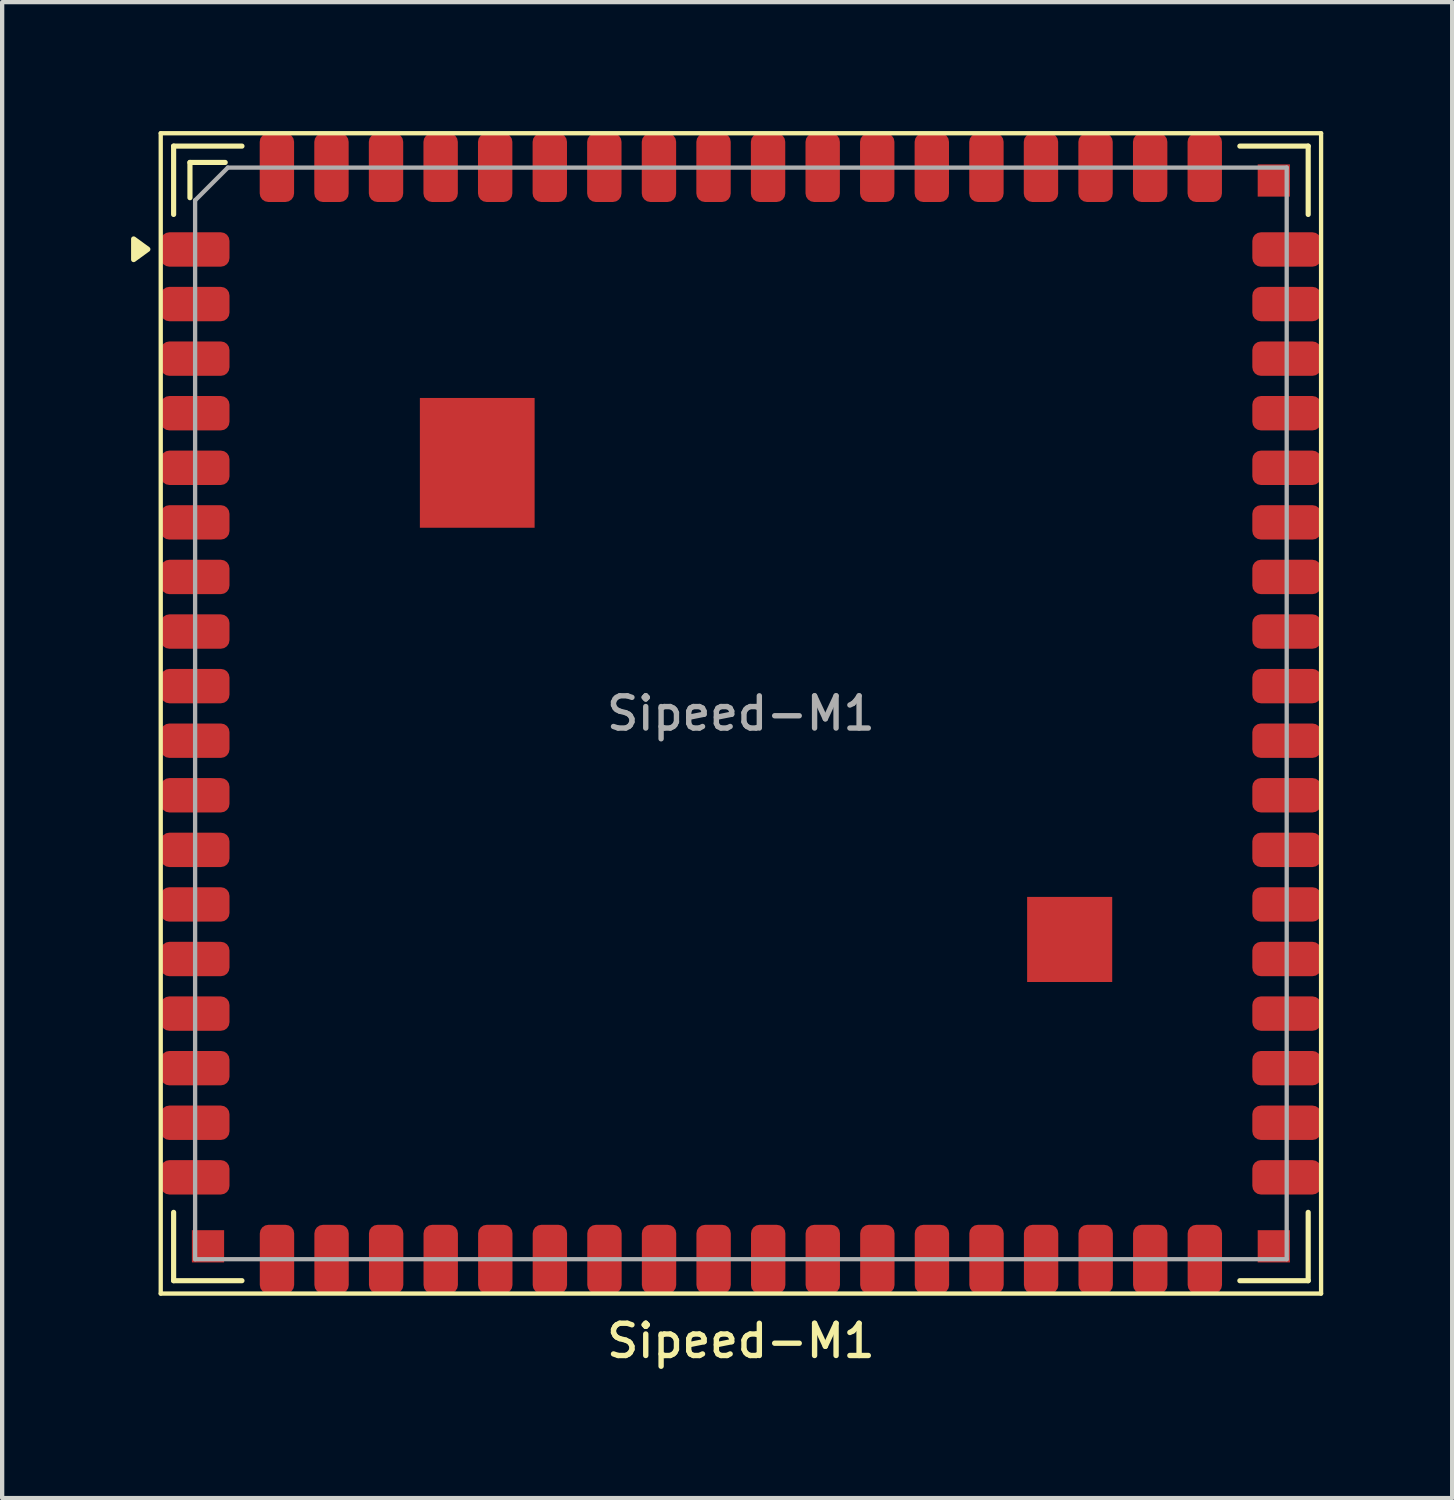
<source format=kicad_pcb>
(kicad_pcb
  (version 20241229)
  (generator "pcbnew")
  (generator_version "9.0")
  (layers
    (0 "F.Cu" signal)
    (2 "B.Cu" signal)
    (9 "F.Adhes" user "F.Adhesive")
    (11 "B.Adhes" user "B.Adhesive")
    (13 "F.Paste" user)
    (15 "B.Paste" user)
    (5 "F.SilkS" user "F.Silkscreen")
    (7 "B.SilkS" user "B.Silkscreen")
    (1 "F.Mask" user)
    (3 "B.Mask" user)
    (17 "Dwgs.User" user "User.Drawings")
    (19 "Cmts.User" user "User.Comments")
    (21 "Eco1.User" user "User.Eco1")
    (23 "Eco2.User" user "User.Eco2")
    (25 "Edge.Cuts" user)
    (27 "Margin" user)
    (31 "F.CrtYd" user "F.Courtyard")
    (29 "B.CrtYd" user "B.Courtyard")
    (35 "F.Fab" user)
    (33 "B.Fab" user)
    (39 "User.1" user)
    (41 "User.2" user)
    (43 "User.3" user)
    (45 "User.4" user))
  (footprint "Sipeed-M1"
    (layer "F.Cu")
    (at 14.19 13.55)
    (property "Reference" "Sipeed-M1" (at 0 14.6 0) (layer "F.SilkS") (effects (font (size 0.75 0.75) (thickness 0.125))))
    (attr smd)
    (fp_line (start -13.5 -13.5) (end 13.5 -13.5) (stroke (width 0.1) (type solid)) (layer "F.SilkS"))
    (fp_line (start -13.5 13.5) (end -13.5 -13.5) (stroke (width 0.1) (type solid)) (layer "F.SilkS"))
    (fp_line (start -13.2 -13.2) (end -13.2 -11.61) (stroke (width 0.12) (type solid)) (layer "F.SilkS"))
    (fp_line (start -13.2 13.2) (end -13.2 11.61) (stroke (width 0.12) (type solid)) (layer "F.SilkS"))
    (fp_line (start -12.82 -12.82) (end -12.82 -12) (stroke (width 0.12) (type solid)) (layer "F.SilkS"))
    (fp_line (start -12 -12.82) (end -12.82 -12.82) (stroke (width 0.12) (type solid)) (layer "F.SilkS"))
    (fp_line (start -11.61 -13.2) (end -13.2 -13.2) (stroke (width 0.12) (type solid)) (layer "F.SilkS"))
    (fp_line (start -11.61 13.2) (end -13.2 13.2) (stroke (width 0.12) (type solid)) (layer "F.SilkS"))
    (fp_line (start 11.61 13.2) (end 13.2 13.2) (stroke (width 0.12) (type solid)) (layer "F.SilkS"))
    (fp_line (start 13.2 -13.2) (end 11.61 -13.2) (stroke (width 0.12) (type solid)) (layer "F.SilkS"))
    (fp_line (start 13.2 -11.61) (end 13.2 -13.2) (stroke (width 0.12) (type solid)) (layer "F.SilkS"))
    (fp_line (start 13.2 13.2) (end 13.2 11.61) (stroke (width 0.12) (type solid)) (layer "F.SilkS"))
    (fp_line (start 13.5 -13.5) (end 13.5 13.5) (stroke (width 0.1) (type solid)) (layer "F.SilkS"))
    (fp_line (start 13.5 13.5) (end -13.5 13.5) (stroke (width 0.1) (type solid)) (layer "F.SilkS"))
    (fp_poly (pts (xy -13.8 -10.8) (xy -14.13 -10.56) (xy -14.13 -11.04) (xy -13.8 -10.8)) (stroke (width 0.12) (type solid)) (fill yes) (layer "F.SilkS"))
    (fp_line (start -12.7 -11.938) (end -11.938 -12.7) (stroke (width 0.1) (type solid)) (layer "F.Fab"))
    (fp_line (start -12.7 12.7) (end -12.7 -11.938) (stroke (width 0.1) (type solid)) (layer "F.Fab"))
    (fp_line (start -11.938 -12.7) (end 12.7 -12.7) (stroke (width 0.1) (type solid)) (layer "F.Fab"))
    (fp_line (start 12.7 -12.7) (end 12.7 12.7) (stroke (width 0.1) (type solid)) (layer "F.Fab"))
    (fp_line (start 12.7 12.7) (end -12.7 12.7) (stroke (width 0.1) (type solid)) (layer "F.Fab"))
    (fp_text user "${REFERENCE}" (at 0 0 0) (layer "F.Fab") (effects (font (size 0.75 0.75) (thickness 0.125))))
    (pad "" smd rect (at -12.4 12.4 90) (size 0.75 0.75) (layers "F.Cu" "F.Mask" "F.Paste"))
    (pad "" smd roundrect (at -6.8 -6.582) (size 1.18 1.355) (layers "F.Paste") (roundrect_rratio 0.25))
    (pad "" smd roundrect (at -6.8 -5.077) (size 1.18 1.355) (layers "F.Paste") (roundrect_rratio 0.25))
    (pad "" smd rect (at -6.135 -5.83) (size 2.67 3.02) (layers "F.Cu" "F.Mask"))
    (pad "" smd roundrect (at -5.47 -6.582) (size 1.18 1.355) (layers "F.Paste") (roundrect_rratio 0.25))
    (pad "" smd roundrect (at -5.47 -5.077) (size 1.18 1.355) (layers "F.Paste") (roundrect_rratio 0.25))
    (pad "" smd roundrect (at 7.157 4.762) (size 0.835 0.835) (layers "F.Paste") (roundrect_rratio 0.25))
    (pad "" smd roundrect (at 7.157 5.753) (size 0.835 0.835) (layers "F.Paste") (roundrect_rratio 0.25))
    (pad "" smd rect (at 7.65 5.26) (size 1.98 1.98) (layers "F.Cu" "F.Mask"))
    (pad "" smd roundrect (at 8.143 4.762) (size 0.835 0.835) (layers "F.Paste") (roundrect_rratio 0.25))
    (pad "" smd roundrect (at 8.143 5.753) (size 0.835 0.835) (layers "F.Paste") (roundrect_rratio 0.25))
    (pad "" smd rect (at 12.4 -12.4 90) (size 0.75 0.75) (layers "F.Cu" "F.Mask" "F.Paste"))
    (pad "" smd rect (at 12.4 12.4 90) (size 0.75 0.75) (layers "F.Cu" "F.Mask" "F.Paste"))
    (pad "1" smd roundrect (at -12.7 -10.795) (size 1.6 0.8) (layers "F.Cu" "F.Mask" "F.Paste") (roundrect_rratio 0.25))
    (pad "2" smd roundrect (at -12.7 -9.525) (size 1.6 0.8) (layers "F.Cu" "F.Mask" "F.Paste") (roundrect_rratio 0.25))
    (pad "3" smd roundrect (at -12.7 -8.255) (size 1.6 0.8) (layers "F.Cu" "F.Mask" "F.Paste") (roundrect_rratio 0.25))
    (pad "4" smd roundrect (at -12.7 -6.985) (size 1.6 0.8) (layers "F.Cu" "F.Mask" "F.Paste") (roundrect_rratio 0.25))
    (pad "5" smd roundrect (at -12.7 -5.715) (size 1.6 0.8) (layers "F.Cu" "F.Mask" "F.Paste") (roundrect_rratio 0.25))
    (pad "6" smd roundrect (at -12.7 -4.445) (size 1.6 0.8) (layers "F.Cu" "F.Mask" "F.Paste") (roundrect_rratio 0.25))
    (pad "7" smd roundrect (at -12.7 -3.175) (size 1.6 0.8) (layers "F.Cu" "F.Mask" "F.Paste") (roundrect_rratio 0.25))
    (pad "8" smd roundrect (at -12.7 -1.905) (size 1.6 0.8) (layers "F.Cu" "F.Mask" "F.Paste") (roundrect_rratio 0.25))
    (pad "9" smd roundrect (at -12.7 -0.635) (size 1.6 0.8) (layers "F.Cu" "F.Mask" "F.Paste") (roundrect_rratio 0.25))
    (pad "10" smd roundrect (at -12.7 0.635) (size 1.6 0.8) (layers "F.Cu" "F.Mask" "F.Paste") (roundrect_rratio 0.25))
    (pad "11" smd roundrect (at -12.7 1.905) (size 1.6 0.8) (layers "F.Cu" "F.Mask" "F.Paste") (roundrect_rratio 0.25))
    (pad "12" smd roundrect (at -12.7 3.175) (size 1.6 0.8) (layers "F.Cu" "F.Mask" "F.Paste") (roundrect_rratio 0.25))
    (pad "13" smd roundrect (at -12.7 4.445) (size 1.6 0.8) (layers "F.Cu" "F.Mask" "F.Paste") (roundrect_rratio 0.25))
    (pad "14" smd roundrect (at -12.7 5.715) (size 1.6 0.8) (layers "F.Cu" "F.Mask" "F.Paste") (roundrect_rratio 0.25))
    (pad "15" smd roundrect (at -12.7 6.985) (size 1.6 0.8) (layers "F.Cu" "F.Mask" "F.Paste") (roundrect_rratio 0.25))
    (pad "16" smd roundrect (at -12.7 8.255) (size 1.6 0.8) (layers "F.Cu" "F.Mask" "F.Paste") (roundrect_rratio 0.25))
    (pad "17" smd roundrect (at -12.7 9.525) (size 1.6 0.8) (layers "F.Cu" "F.Mask" "F.Paste") (roundrect_rratio 0.25))
    (pad "18" smd roundrect (at -12.7 10.795) (size 1.6 0.8) (layers "F.Cu" "F.Mask" "F.Paste") (roundrect_rratio 0.25))
    (pad "19" smd roundrect (at -10.795 12.7 90) (size 1.6 0.8) (layers "F.Cu" "F.Mask" "F.Paste") (roundrect_rratio 0.25))
    (pad "20" smd roundrect (at -9.525 12.7 90) (size 1.6 0.8) (layers "F.Cu" "F.Mask" "F.Paste") (roundrect_rratio 0.25))
    (pad "21" smd roundrect (at -8.255 12.7 90) (size 1.6 0.8) (layers "F.Cu" "F.Mask" "F.Paste") (roundrect_rratio 0.25))
    (pad "22" smd roundrect (at -6.985 12.7 90) (size 1.6 0.8) (layers "F.Cu" "F.Mask" "F.Paste") (roundrect_rratio 0.25))
    (pad "23" smd roundrect (at -5.715 12.7 90) (size 1.6 0.8) (layers "F.Cu" "F.Mask" "F.Paste") (roundrect_rratio 0.25))
    (pad "24" smd roundrect (at -4.445 12.7 90) (size 1.6 0.8) (layers "F.Cu" "F.Mask" "F.Paste") (roundrect_rratio 0.25))
    (pad "25" smd roundrect (at -3.175 12.7 90) (size 1.6 0.8) (layers "F.Cu" "F.Mask" "F.Paste") (roundrect_rratio 0.25))
    (pad "26" smd roundrect (at -1.905 12.7 90) (size 1.6 0.8) (layers "F.Cu" "F.Mask" "F.Paste") (roundrect_rratio 0.25))
    (pad "27" smd roundrect (at -0.635 12.7 90) (size 1.6 0.8) (layers "F.Cu" "F.Mask" "F.Paste") (roundrect_rratio 0.25))
    (pad "28" smd roundrect (at 0.635 12.7 90) (size 1.6 0.8) (layers "F.Cu" "F.Mask" "F.Paste") (roundrect_rratio 0.25))
    (pad "29" smd roundrect (at 1.905 12.7 90) (size 1.6 0.8) (layers "F.Cu" "F.Mask" "F.Paste") (roundrect_rratio 0.25))
    (pad "30" smd roundrect (at 3.175 12.7 90) (size 1.6 0.8) (layers "F.Cu" "F.Mask" "F.Paste") (roundrect_rratio 0.25))
    (pad "31" smd roundrect (at 4.445 12.7 90) (size 1.6 0.8) (layers "F.Cu" "F.Mask" "F.Paste") (roundrect_rratio 0.25))
    (pad "32" smd roundrect (at 5.715 12.7 90) (size 1.6 0.8) (layers "F.Cu" "F.Mask" "F.Paste") (roundrect_rratio 0.25))
    (pad "33" smd roundrect (at 6.985 12.7 90) (size 1.6 0.8) (layers "F.Cu" "F.Mask" "F.Paste") (roundrect_rratio 0.25))
    (pad "34" smd roundrect (at 8.255 12.7 90) (size 1.6 0.8) (layers "F.Cu" "F.Mask" "F.Paste") (roundrect_rratio 0.25))
    (pad "35" smd roundrect (at 9.525 12.7 90) (size 1.6 0.8) (layers "F.Cu" "F.Mask" "F.Paste") (roundrect_rratio 0.25))
    (pad "36" smd roundrect (at 10.795 12.7 90) (size 1.6 0.8) (layers "F.Cu" "F.Mask" "F.Paste") (roundrect_rratio 0.25))
    (pad "37" smd roundrect (at 12.7 10.795 180) (size 1.6 0.8) (layers "F.Cu" "F.Mask" "F.Paste") (roundrect_rratio 0.25))
    (pad "38" smd roundrect (at 12.7 9.525 180) (size 1.6 0.8) (layers "F.Cu" "F.Mask" "F.Paste") (roundrect_rratio 0.25))
    (pad "39" smd roundrect (at 12.7 8.255 180) (size 1.6 0.8) (layers "F.Cu" "F.Mask" "F.Paste") (roundrect_rratio 0.25))
    (pad "40" smd roundrect (at 12.7 6.985 180) (size 1.6 0.8) (layers "F.Cu" "F.Mask" "F.Paste") (roundrect_rratio 0.25))
    (pad "41" smd roundrect (at 12.7 5.715 180) (size 1.6 0.8) (layers "F.Cu" "F.Mask" "F.Paste") (roundrect_rratio 0.25))
    (pad "42" smd roundrect (at 12.7 4.445 180) (size 1.6 0.8) (layers "F.Cu" "F.Mask" "F.Paste") (roundrect_rratio 0.25))
    (pad "43" smd roundrect (at 12.7 3.175 180) (size 1.6 0.8) (layers "F.Cu" "F.Mask" "F.Paste") (roundrect_rratio 0.25))
    (pad "44" smd roundrect (at 12.7 1.905 180) (size 1.6 0.8) (layers "F.Cu" "F.Mask" "F.Paste") (roundrect_rratio 0.25))
    (pad "45" smd roundrect (at 12.7 0.635 180) (size 1.6 0.8) (layers "F.Cu" "F.Mask" "F.Paste") (roundrect_rratio 0.25))
    (pad "46" smd roundrect (at 12.7 -0.635 180) (size 1.6 0.8) (layers "F.Cu" "F.Mask" "F.Paste") (roundrect_rratio 0.25))
    (pad "47" smd roundrect (at 12.7 -1.905 180) (size 1.6 0.8) (layers "F.Cu" "F.Mask" "F.Paste") (roundrect_rratio 0.25))
    (pad "48" smd roundrect (at 12.7 -3.175 180) (size 1.6 0.8) (layers "F.Cu" "F.Mask" "F.Paste") (roundrect_rratio 0.25))
    (pad "49" smd roundrect (at 12.7 -4.445 180) (size 1.6 0.8) (layers "F.Cu" "F.Mask" "F.Paste") (roundrect_rratio 0.25))
    (pad "50" smd roundrect (at 12.7 -5.715 180) (size 1.6 0.8) (layers "F.Cu" "F.Mask" "F.Paste") (roundrect_rratio 0.25))
    (pad "51" smd roundrect (at 12.7 -6.985 180) (size 1.6 0.8) (layers "F.Cu" "F.Mask" "F.Paste") (roundrect_rratio 0.25))
    (pad "52" smd roundrect (at 12.7 -8.255 180) (size 1.6 0.8) (layers "F.Cu" "F.Mask" "F.Paste") (roundrect_rratio 0.25))
    (pad "53" smd roundrect (at 12.7 -9.525 180) (size 1.6 0.8) (layers "F.Cu" "F.Mask" "F.Paste") (roundrect_rratio 0.25))
    (pad "54" smd roundrect (at 12.7 -10.795 180) (size 1.6 0.8) (layers "F.Cu" "F.Mask" "F.Paste") (roundrect_rratio 0.25))
    (pad "55" smd roundrect (at 10.793 -12.7 270) (size 1.6 0.8) (layers "F.Cu" "F.Mask" "F.Paste") (roundrect_rratio 0.25))
    (pad "56" smd roundrect (at 9.523 -12.7 270) (size 1.6 0.8) (layers "F.Cu" "F.Mask" "F.Paste") (roundrect_rratio 0.25))
    (pad "57" smd roundrect (at 8.252 -12.7 270) (size 1.6 0.8) (layers "F.Cu" "F.Mask" "F.Paste") (roundrect_rratio 0.25))
    (pad "58" smd roundrect (at 6.982 -12.7 270) (size 1.6 0.8) (layers "F.Cu" "F.Mask" "F.Paste") (roundrect_rratio 0.25))
    (pad "59" smd roundrect (at 5.713 -12.7 270) (size 1.6 0.8) (layers "F.Cu" "F.Mask" "F.Paste") (roundrect_rratio 0.25))
    (pad "60" smd roundrect (at 4.442 -12.7 270) (size 1.6 0.8) (layers "F.Cu" "F.Mask" "F.Paste") (roundrect_rratio 0.25))
    (pad "61" smd roundrect (at 3.172 -12.7 270) (size 1.6 0.8) (layers "F.Cu" "F.Mask" "F.Paste") (roundrect_rratio 0.25))
    (pad "62" smd roundrect (at 1.903 -12.7 270) (size 1.6 0.8) (layers "F.Cu" "F.Mask" "F.Paste") (roundrect_rratio 0.25))
    (pad "63" smd roundrect (at 0.632 -12.7 270) (size 1.6 0.8) (layers "F.Cu" "F.Mask" "F.Paste") (roundrect_rratio 0.25))
    (pad "64" smd roundrect (at -0.637 -12.7 270) (size 1.6 0.8) (layers "F.Cu" "F.Mask" "F.Paste") (roundrect_rratio 0.25))
    (pad "65" smd roundrect (at -1.907 -12.7 270) (size 1.6 0.8) (layers "F.Cu" "F.Mask" "F.Paste") (roundrect_rratio 0.25))
    (pad "66" smd roundrect (at -3.178 -12.7 270) (size 1.6 0.8) (layers "F.Cu" "F.Mask" "F.Paste") (roundrect_rratio 0.25))
    (pad "67" smd roundrect (at -4.447 -12.7 270) (size 1.6 0.8) (layers "F.Cu" "F.Mask" "F.Paste") (roundrect_rratio 0.25))
    (pad "68" smd roundrect (at -5.718 -12.7 270) (size 1.6 0.8) (layers "F.Cu" "F.Mask" "F.Paste") (roundrect_rratio 0.25))
    (pad "69" smd roundrect (at -6.987 -12.7 270) (size 1.6 0.8) (layers "F.Cu" "F.Mask" "F.Paste") (roundrect_rratio 0.25))
    (pad "70" smd roundrect (at -8.258 -12.7 270) (size 1.6 0.8) (layers "F.Cu" "F.Mask" "F.Paste") (roundrect_rratio 0.25))
    (pad "71" smd roundrect (at -9.527 -12.7 270) (size 1.6 0.8) (layers "F.Cu" "F.Mask" "F.Paste") (roundrect_rratio 0.25))
    (pad "72" smd roundrect (at -10.797 -12.7 270) (size 1.6 0.8) (layers "F.Cu" "F.Mask" "F.Paste") (roundrect_rratio 0.25)))
  (gr_rect
    (start -3 -3)
    (end 30.74 31.808)
    (stroke (width 0.1) (type default))
    (fill no)
    (layer "Edge.Cuts")))
</source>
